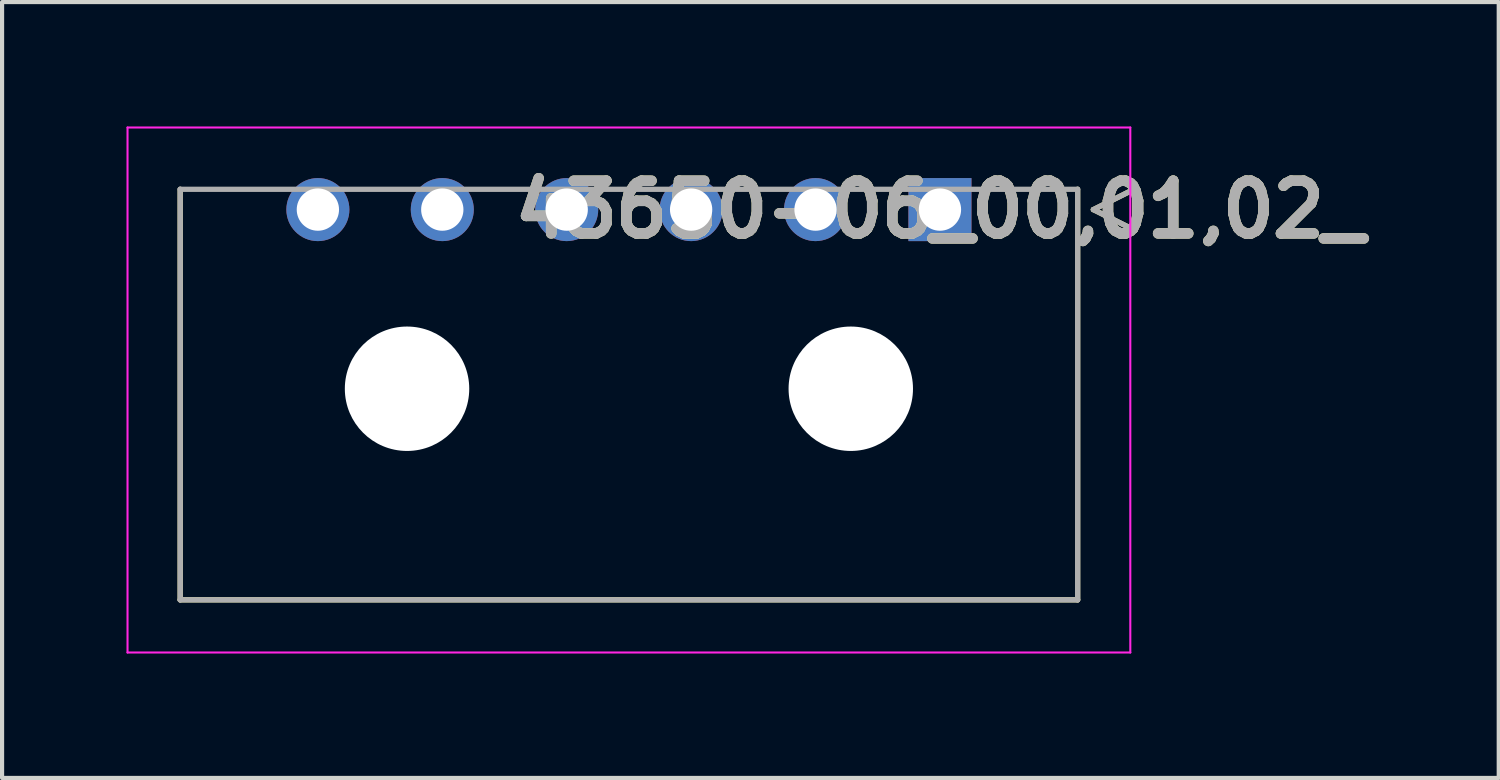
<source format=kicad_pcb>
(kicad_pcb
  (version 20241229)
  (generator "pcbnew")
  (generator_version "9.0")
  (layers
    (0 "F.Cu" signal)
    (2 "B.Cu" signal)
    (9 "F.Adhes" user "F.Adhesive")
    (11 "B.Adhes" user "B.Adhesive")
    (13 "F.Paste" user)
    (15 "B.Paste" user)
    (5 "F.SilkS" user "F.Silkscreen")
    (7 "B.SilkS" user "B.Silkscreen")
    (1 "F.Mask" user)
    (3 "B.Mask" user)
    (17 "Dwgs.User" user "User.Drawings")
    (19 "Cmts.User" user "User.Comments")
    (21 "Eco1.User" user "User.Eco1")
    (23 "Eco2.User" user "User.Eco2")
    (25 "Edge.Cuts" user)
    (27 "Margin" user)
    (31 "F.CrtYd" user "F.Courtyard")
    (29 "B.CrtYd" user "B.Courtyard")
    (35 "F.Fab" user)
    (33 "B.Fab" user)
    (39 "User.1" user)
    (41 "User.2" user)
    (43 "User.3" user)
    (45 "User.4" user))
  (footprint "43650-06_00,01,02_"
    (layer "F.Cu")
    (at 19.615 2.004)
    (property "Reference" "43650-06_00,01,02_" (at 0 0 0) (layer "F.SilkS") (effects (font (size 1.27 1.27) (thickness 0.254))))
    (attr through_hole)
    (fp_line (start -18.32 9.41) (end -18.32 -0.49) (stroke (width 0.127) (type solid)) (layer "F.SilkS"))
    (fp_line (start 3.32 -0.49) (end 3.32 9.41) (stroke (width 0.127) (type solid)) (layer "F.SilkS"))
    (fp_line (start 3.32 9.41) (end -18.32 9.41) (stroke (width 0.127) (type solid)) (layer "F.SilkS"))
    (fp_line (start 3.7 0) (end 4.7 -0.5) (stroke (width 0.127) (type solid)) (layer "F.SilkS"))
    (fp_line (start 4.7 -0.5) (end 4.7 0.5) (stroke (width 0.127) (type solid)) (layer "F.SilkS"))
    (fp_line (start 4.7 0.5) (end 3.7 0) (stroke (width 0.127) (type solid)) (layer "F.SilkS"))
    (fp_line (start -19.59 -1.979) (end 4.59 -1.979) (stroke (width 0.05) (type solid)) (layer "F.CrtYd"))
    (fp_line (start -19.59 10.68) (end -19.59 -1.979) (stroke (width 0.05) (type solid)) (layer "F.CrtYd"))
    (fp_line (start 4.59 -1.979) (end 4.59 10.68) (stroke (width 0.05) (type solid)) (layer "F.CrtYd"))
    (fp_line (start 4.59 10.68) (end -19.59 10.68) (stroke (width 0.05) (type solid)) (layer "F.CrtYd"))
    (fp_line (start -18.32 -0.49) (end 3.32 -0.49) (stroke (width 0.127) (type solid)) (layer "F.Fab"))
    (fp_line (start -18.32 9.41) (end -18.32 -0.49) (stroke (width 0.127) (type solid)) (layer "F.Fab"))
    (fp_line (start 3.32 -0.49) (end 3.32 9.41) (stroke (width 0.127) (type solid)) (layer "F.Fab"))
    (fp_line (start 3.32 9.41) (end -18.32 9.41) (stroke (width 0.127) (type solid)) (layer "F.Fab"))
    (fp_line (start 3.7 0) (end 4.7 -0.5) (stroke (width 0.127) (type solid)) (layer "F.Fab"))
    (fp_line (start 4.7 -0.5) (end 4.7 0.5) (stroke (width 0.127) (type solid)) (layer "F.Fab"))
    (fp_line (start 4.7 0.5) (end 3.7 0) (stroke (width 0.127) (type solid)) (layer "F.Fab"))
    (fp_text user "${REFERENCE}" (at 0 0 0) (layer "F.Fab") (effects (font (size 1.27 1.27) (thickness 0.254))))
    (pad "" np_thru_hole circle (at -12.85 4.32) (size 3 3) (drill 3) (layers "*.Cu" "*.Mask"))
    (pad "" np_thru_hole circle (at -2.15 4.32) (size 3 3) (drill 3) (layers "*.Cu" "*.Mask"))
    (pad "1" thru_hole rect (at 0 0) (size 1.52 1.52) (drill 1.02) (layers "*.Cu" "*.Mask"))
    (pad "2" thru_hole circle (at -3 0) (size 1.52 1.52) (drill 1.02) (layers "*.Cu" "*.Mask"))
    (pad "3" thru_hole circle (at -6 0) (size 1.52 1.52) (drill 1.02) (layers "*.Cu" "*.Mask"))
    (pad "4" thru_hole circle (at -9 0) (size 1.52 1.52) (drill 1.02) (layers "*.Cu" "*.Mask"))
    (pad "5" thru_hole circle (at -12 0) (size 1.52 1.52) (drill 1.02) (layers "*.Cu" "*.Mask"))
    (pad "6" thru_hole circle (at -15 0) (size 1.52 1.52) (drill 1.02) (layers "*.Cu" "*.Mask")))
  (gr_rect
    (start -3 -3)
    (end 33.089 15.709)
    (stroke (width 0.1) (type default))
    (fill no)
    (layer "Edge.Cuts")))
</source>
